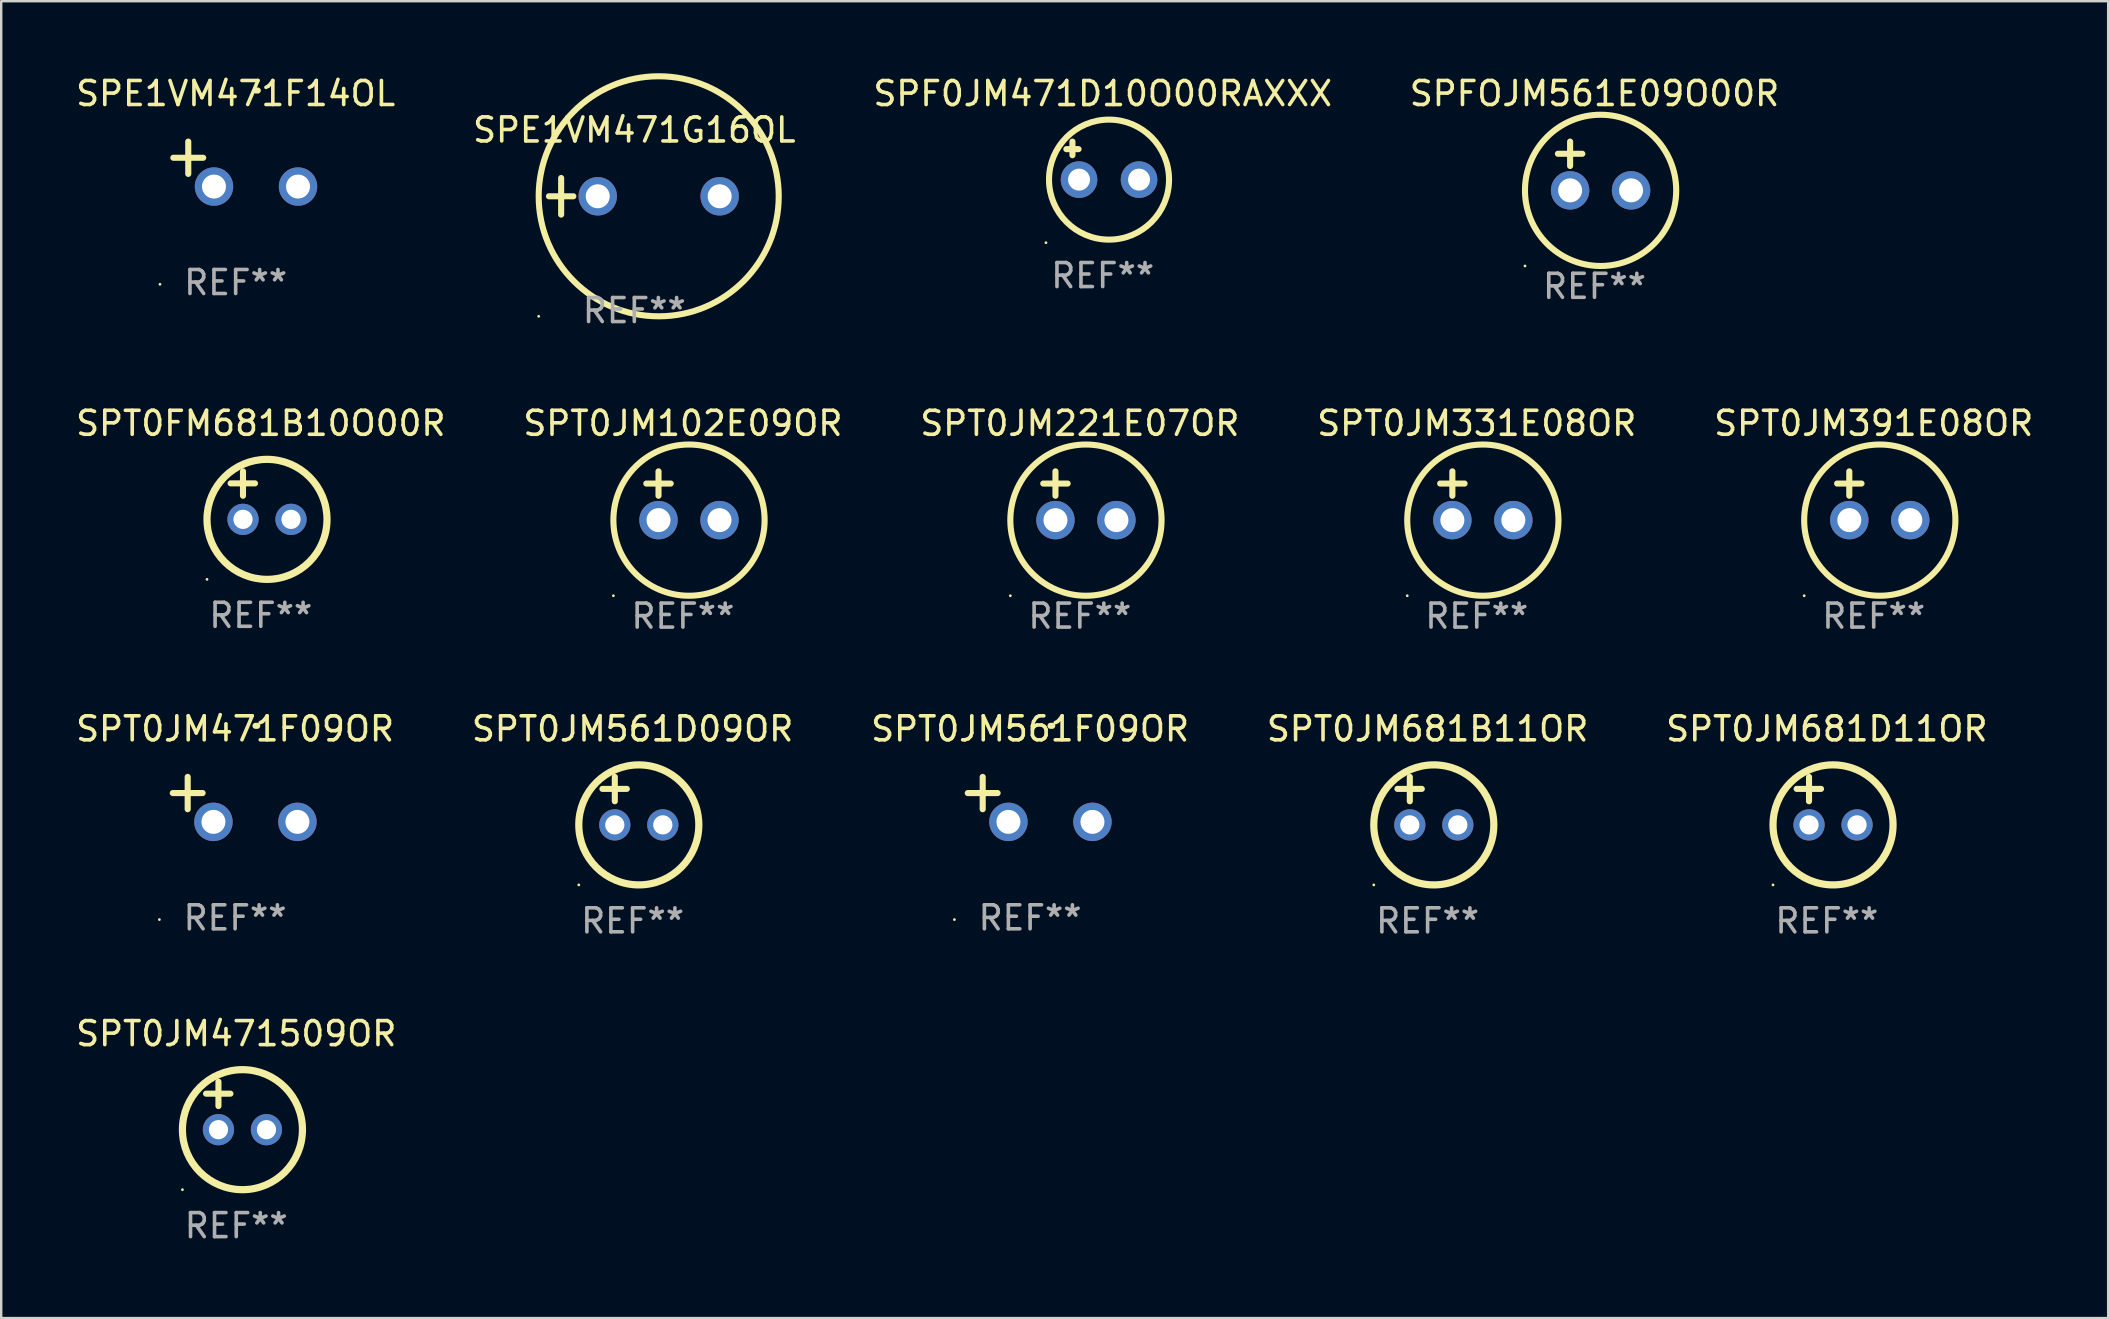
<source format=kicad_pcb>
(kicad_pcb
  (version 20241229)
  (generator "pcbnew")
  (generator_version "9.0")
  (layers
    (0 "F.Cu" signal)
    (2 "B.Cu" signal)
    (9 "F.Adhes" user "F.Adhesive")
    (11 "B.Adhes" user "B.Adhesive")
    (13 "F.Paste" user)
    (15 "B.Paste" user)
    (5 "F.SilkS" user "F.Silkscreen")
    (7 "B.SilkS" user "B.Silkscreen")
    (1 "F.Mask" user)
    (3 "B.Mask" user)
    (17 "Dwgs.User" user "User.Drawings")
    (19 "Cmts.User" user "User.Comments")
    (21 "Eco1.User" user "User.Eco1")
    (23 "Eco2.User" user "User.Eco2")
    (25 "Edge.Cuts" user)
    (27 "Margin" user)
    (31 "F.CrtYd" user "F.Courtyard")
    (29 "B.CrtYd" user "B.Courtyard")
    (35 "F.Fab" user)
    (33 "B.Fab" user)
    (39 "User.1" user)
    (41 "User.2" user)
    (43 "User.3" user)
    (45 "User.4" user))
  (footprint "SPT0JM561F09OR"
    (layer "F.Cu")
    (at 39.863 30.251)
    (property "Reference" "SPT0JM561F09OR" (at 0 -2.937 0) (layer "F.SilkS") (effects (font (size 1 1) (thickness 0.15))))
    (attr through_hole)
    (fp_line (start -1.975 0.41) (end -1.975 -0.937) (stroke (width 0.254) (type solid)) (layer "F.SilkS"))
    (fp_line (start -1.353 -0.263) (end -2.597 -0.263) (stroke (width 0.254) (type solid)) (layer "F.SilkS"))
    (fp_arc (start 0.849809 -3.063957) (mid 0.885369 -3.064114) (end 0.920929 -3.063957) (stroke (width 0.254001) (type solid)) (layer "F.SilkS"))
    (fp_circle (center -3.154 5.008) (end -3.124 5.008) (stroke (width 0.06) (type solid)) (fill no) (layer "F.SilkS"))
    (fp_text user "REF**" (at 0 4.937 0) (layer "F.Fab") (effects (font (size 1 1) (thickness 0.15))))
    (pad "1" thru_hole circle (at -0.903 0.937) (size 1.6 1.6) (drill 1) (layers "*.Cu" "*.Mask"))
    (pad "2" thru_hole circle (at 2.597 0.937) (size 1.6 1.6) (drill 1) (layers "*.Cu" "*.Mask")))
  (footprint "SPFOJM561E09O00R"
    (layer "F.Cu")
    (at 63.375 3.864)
    (property "Reference" "SPFOJM561E09O00R" (at 0 -3.016 0) (layer "F.SilkS") (effects (font (size 1 1) (thickness 0.15))))
    (attr through_hole)
    (fp_line (start -1.524 -0.508) (end -0.508 -0.508) (stroke (width 0.254) (type solid)) (layer "F.SilkS"))
    (fp_line (start -1.016 -1.016) (end -1.016 0) (stroke (width 0.254) (type solid)) (layer "F.SilkS"))
    (fp_circle (center -2.896 4.166) (end -2.866 4.166) (stroke (width 0.06) (type solid)) (fill no) (layer "F.SilkS"))
    (fp_circle (center 0.254 1.016) (end 3.404 1.016) (stroke (width 0.254) (type solid)) (fill no) (layer "F.SilkS"))
    (fp_text user "REF**" (at 0 5.016 0) (layer "F.Fab") (effects (font (size 1 1) (thickness 0.15))))
    (pad "1" thru_hole circle (at -1.016 1.016) (size 1.6 1.6) (drill 1) (layers "*.Cu" "*.Mask"))
    (pad "2" thru_hole circle (at 1.524 1.016) (size 1.6 1.6) (drill 1) (layers "*.Cu" "*.Mask")))
  (footprint "SPE1VM471F14OL"
    (layer "F.Cu")
    (at 6.768 3.785)
    (property "Reference" "SPE1VM471F14OL" (at 0 -2.937 0) (layer "F.SilkS") (effects (font (size 1 1) (thickness 0.15))))
    (attr through_hole)
    (fp_line (start -1.975 0.41) (end -1.975 -0.937) (stroke (width 0.254) (type solid)) (layer "F.SilkS"))
    (fp_line (start -1.353 -0.263) (end -2.597 -0.263) (stroke (width 0.254) (type solid)) (layer "F.SilkS"))
    (fp_arc (start 0.849809 -3.063957) (mid 0.885369 -3.064114) (end 0.920929 -3.063957) (stroke (width 0.254001) (type solid)) (layer "F.SilkS"))
    (fp_circle (center -3.154 5.008) (end -3.124 5.008) (stroke (width 0.06) (type solid)) (fill no) (layer "F.SilkS"))
    (fp_text user "REF**" (at 0 4.937 0) (layer "F.Fab") (effects (font (size 1 1) (thickness 0.15))))
    (pad "1" thru_hole circle (at -0.903 0.937) (size 1.6 1.6) (drill 1) (layers "*.Cu" "*.Mask"))
    (pad "2" thru_hole circle (at 2.597 0.937) (size 1.6 1.6) (drill 1) (layers "*.Cu" "*.Mask")))
  (footprint "SPT0FM681B10O00R"
    (layer "F.Cu")
    (at 7.815 17.586)
    (property "Reference" "SPT0FM681B10O00R" (at 0 -3 0) (layer "F.SilkS") (effects (font (size 1 1) (thickness 0.15))))
    (attr through_hole)
    (fp_line (start -1.258 -0.5) (end -0.242 -0.5) (stroke (width 0.254) (type solid)) (layer "F.SilkS"))
    (fp_line (start -0.742 -1) (end -0.742 0.016) (stroke (width 0.254) (type solid)) (layer "F.SilkS"))
    (fp_circle (center -2.242 3.5) (end -2.212 3.5) (stroke (width 0.06) (type solid)) (fill no) (layer "F.SilkS"))
    (fp_circle (center 0.258 1) (end 2.758 1) (stroke (width 0.3) (type solid)) (fill no) (layer "F.SilkS"))
    (fp_text user "REF**" (at 0 5 0) (layer "F.Fab") (effects (font (size 1 1) (thickness 0.15))))
    (pad "1" thru_hole circle (at -0.742 1) (size 1.3 1.3) (drill 0.8) (layers "*.Cu" "*.Mask"))
    (pad "2" thru_hole circle (at 1.258 1) (size 1.3 1.3) (drill 0.8) (layers "*.Cu" "*.Mask")))
  (footprint "SPT0JM471509OR"
    (layer "F.Cu")
    (at 6.792 43.011)
    (property "Reference" "SPT0JM471509OR" (at 0 -3 0) (layer "F.SilkS") (effects (font (size 1 1) (thickness 0.15))))
    (attr through_hole)
    (fp_line (start -1.258 -0.5) (end -0.242 -0.5) (stroke (width 0.254) (type solid)) (layer "F.SilkS"))
    (fp_line (start -0.742 -1) (end -0.742 0.016) (stroke (width 0.254) (type solid)) (layer "F.SilkS"))
    (fp_circle (center -2.242 3.5) (end -2.212 3.5) (stroke (width 0.06) (type solid)) (fill no) (layer "F.SilkS"))
    (fp_circle (center 0.258 1) (end 2.758 1) (stroke (width 0.3) (type solid)) (fill no) (layer "F.SilkS"))
    (fp_text user "REF**" (at 0 5 0) (layer "F.Fab") (effects (font (size 1 1) (thickness 0.15))))
    (pad "1" thru_hole circle (at -0.742 1) (size 1.3 1.3) (drill 0.8) (layers "*.Cu" "*.Mask"))
    (pad "2" thru_hole circle (at 1.258 1) (size 1.3 1.3) (drill 0.8) (layers "*.Cu" "*.Mask")))
  (footprint "SPT0JM221E07OR"
    (layer "F.Cu")
    (at 41.935 17.602)
    (property "Reference" "SPT0JM221E07OR" (at 0 -3.016 0) (layer "F.SilkS") (effects (font (size 1 1) (thickness 0.15))))
    (attr through_hole)
    (fp_line (start -1.524 -0.508) (end -0.508 -0.508) (stroke (width 0.254) (type solid)) (layer "F.SilkS"))
    (fp_line (start -1.016 -1.016) (end -1.016 0) (stroke (width 0.254) (type solid)) (layer "F.SilkS"))
    (fp_circle (center -2.896 4.166) (end -2.866 4.166) (stroke (width 0.06) (type solid)) (fill no) (layer "F.SilkS"))
    (fp_circle (center 0.254 1.016) (end 3.404 1.016) (stroke (width 0.254) (type solid)) (fill no) (layer "F.SilkS"))
    (fp_text user "REF**" (at 0 5.016 0) (layer "F.Fab") (effects (font (size 1 1) (thickness 0.15))))
    (pad "1" thru_hole circle (at -1.016 1.016) (size 1.6 1.6) (drill 1) (layers "*.Cu" "*.Mask"))
    (pad "2" thru_hole circle (at 1.524 1.016) (size 1.6 1.6) (drill 1) (layers "*.Cu" "*.Mask")))
  (footprint "SPT0JM471F09OR"
    (layer "F.Cu")
    (at 6.744 30.251)
    (property "Reference" "SPT0JM471F09OR" (at 0 -2.937 0) (layer "F.SilkS") (effects (font (size 1 1) (thickness 0.15))))
    (attr through_hole)
    (fp_line (start -1.975 0.41) (end -1.975 -0.937) (stroke (width 0.254) (type solid)) (layer "F.SilkS"))
    (fp_line (start -1.353 -0.263) (end -2.597 -0.263) (stroke (width 0.254) (type solid)) (layer "F.SilkS"))
    (fp_arc (start 0.849809 -3.063957) (mid 0.885369 -3.064114) (end 0.920929 -3.063957) (stroke (width 0.254001) (type solid)) (layer "F.SilkS"))
    (fp_circle (center -3.154 5.008) (end -3.124 5.008) (stroke (width 0.06) (type solid)) (fill no) (layer "F.SilkS"))
    (fp_text user "REF**" (at 0 4.937 0) (layer "F.Fab") (effects (font (size 1 1) (thickness 0.15))))
    (pad "1" thru_hole circle (at -0.903 0.937) (size 1.6 1.6) (drill 1) (layers "*.Cu" "*.Mask"))
    (pad "2" thru_hole circle (at 2.597 0.937) (size 1.6 1.6) (drill 1) (layers "*.Cu" "*.Mask")))
  (footprint "SPT0JM102E09OR"
    (layer "F.Cu")
    (at 25.399 17.602)
    (property "Reference" "SPT0JM102E09OR" (at 0 -3.016 0) (layer "F.SilkS") (effects (font (size 1 1) (thickness 0.15))))
    (attr through_hole)
    (fp_line (start -1.524 -0.508) (end -0.508 -0.508) (stroke (width 0.254) (type solid)) (layer "F.SilkS"))
    (fp_line (start -1.016 -1.016) (end -1.016 0) (stroke (width 0.254) (type solid)) (layer "F.SilkS"))
    (fp_circle (center -2.896 4.166) (end -2.866 4.166) (stroke (width 0.06) (type solid)) (fill no) (layer "F.SilkS"))
    (fp_circle (center 0.254 1.016) (end 3.404 1.016) (stroke (width 0.254) (type solid)) (fill no) (layer "F.SilkS"))
    (fp_text user "REF**" (at 0 5.016 0) (layer "F.Fab") (effects (font (size 1 1) (thickness 0.15))))
    (pad "1" thru_hole circle (at -1.016 1.016) (size 1.6 1.6) (drill 1) (layers "*.Cu" "*.Mask"))
    (pad "2" thru_hole circle (at 1.524 1.016) (size 1.6 1.6) (drill 1) (layers "*.Cu" "*.Mask")))
  (footprint "SPT0JM391E08OR"
    (layer "F.Cu")
    (at 75.006 17.602)
    (property "Reference" "SPT0JM391E08OR" (at 0 -3.016 0) (layer "F.SilkS") (effects (font (size 1 1) (thickness 0.15))))
    (attr through_hole)
    (fp_line (start -1.524 -0.508) (end -0.508 -0.508) (stroke (width 0.254) (type solid)) (layer "F.SilkS"))
    (fp_line (start -1.016 -1.016) (end -1.016 0) (stroke (width 0.254) (type solid)) (layer "F.SilkS"))
    (fp_circle (center -2.896 4.166) (end -2.866 4.166) (stroke (width 0.06) (type solid)) (fill no) (layer "F.SilkS"))
    (fp_circle (center 0.254 1.016) (end 3.404 1.016) (stroke (width 0.254) (type solid)) (fill no) (layer "F.SilkS"))
    (fp_text user "REF**" (at 0 5.016 0) (layer "F.Fab") (effects (font (size 1 1) (thickness 0.15))))
    (pad "1" thru_hole circle (at -1.016 1.016) (size 1.6 1.6) (drill 1) (layers "*.Cu" "*.Mask"))
    (pad "2" thru_hole circle (at 1.524 1.016) (size 1.6 1.6) (drill 1) (layers "*.Cu" "*.Mask")))
  (footprint "SPT0JM561D09OR"
    (layer "F.Cu")
    (at 23.304 30.314)
    (property "Reference" "SPT0JM561D09OR" (at 0 -3 0) (layer "F.SilkS") (effects (font (size 1 1) (thickness 0.15))))
    (attr through_hole)
    (fp_line (start -1.258 -0.5) (end -0.242 -0.5) (stroke (width 0.254) (type solid)) (layer "F.SilkS"))
    (fp_line (start -0.742 -1) (end -0.742 0.016) (stroke (width 0.254) (type solid)) (layer "F.SilkS"))
    (fp_circle (center -2.242 3.5) (end -2.212 3.5) (stroke (width 0.06) (type solid)) (fill no) (layer "F.SilkS"))
    (fp_circle (center 0.258 1) (end 2.758 1) (stroke (width 0.3) (type solid)) (fill no) (layer "F.SilkS"))
    (fp_text user "REF**" (at 0 5 0) (layer "F.Fab") (effects (font (size 1 1) (thickness 0.15))))
    (pad "1" thru_hole circle (at -0.742 1) (size 1.3 1.3) (drill 0.8) (layers "*.Cu" "*.Mask"))
    (pad "2" thru_hole circle (at 1.258 1) (size 1.3 1.3) (drill 0.8) (layers "*.Cu" "*.Mask")))
  (footprint "SPF0JM471D10O00RAXXX"
    (layer "F.Cu")
    (at 42.887 3.641)
    (property "Reference" "SPF0JM471D10O00RAXXX" (at 0 -2.792 0) (layer "F.SilkS") (effects (font (size 1 1) (thickness 0.15))))
    (attr through_hole)
    (fp_line (start -1.514 -0.478) (end -1.006 -0.478) (stroke (width 0.254) (type solid)) (layer "F.SilkS"))
    (fp_line (start -1.26 -0.792) (end -1.26 -0.224) (stroke (width 0.254) (type solid)) (layer "F.SilkS"))
    (fp_circle (center -2.363 3.42) (end -2.333 3.42) (stroke (width 0.06) (type solid)) (fill no) (layer "F.SilkS"))
    (fp_circle (center 0.264 0.792) (end 2.764 0.792) (stroke (width 0.254) (type solid)) (fill no) (layer "F.SilkS"))
    (fp_text user "REF**" (at 0 4.792 0) (layer "F.Fab") (effects (font (size 1 1) (thickness 0.15))))
    (pad "1" thru_hole circle (at -0.986 0.792) (size 1.524 1.524) (drill 0.914) (layers "*.Cu" "*.Mask"))
    (pad "2" thru_hole circle (at 1.514 0.792) (size 1.524 1.524) (drill 0.914) (layers "*.Cu" "*.Mask")))
  (footprint "SPT0JM681B11OR"
    (layer "F.Cu")
    (at 56.423 30.314)
    (property "Reference" "SPT0JM681B11OR" (at 0 -3 0) (layer "F.SilkS") (effects (font (size 1 1) (thickness 0.15))))
    (attr through_hole)
    (fp_line (start -1.258 -0.5) (end -0.242 -0.5) (stroke (width 0.254) (type solid)) (layer "F.SilkS"))
    (fp_line (start -0.742 -1) (end -0.742 0.016) (stroke (width 0.254) (type solid)) (layer "F.SilkS"))
    (fp_circle (center -2.242 3.5) (end -2.212 3.5) (stroke (width 0.06) (type solid)) (fill no) (layer "F.SilkS"))
    (fp_circle (center 0.258 1) (end 2.758 1) (stroke (width 0.3) (type solid)) (fill no) (layer "F.SilkS"))
    (fp_text user "REF**" (at 0 5 0) (layer "F.Fab") (effects (font (size 1 1) (thickness 0.15))))
    (pad "1" thru_hole circle (at -0.742 1) (size 1.3 1.3) (drill 0.8) (layers "*.Cu" "*.Mask"))
    (pad "2" thru_hole circle (at 1.258 1) (size 1.3 1.3) (drill 0.8) (layers "*.Cu" "*.Mask")))
  (footprint "SPT0JM681D11OR"
    (layer "F.Cu")
    (at 73.054 30.314)
    (property "Reference" "SPT0JM681D11OR" (at 0 -3 0) (layer "F.SilkS") (effects (font (size 1 1) (thickness 0.15))))
    (attr through_hole)
    (fp_line (start -1.258 -0.5) (end -0.242 -0.5) (stroke (width 0.254) (type solid)) (layer "F.SilkS"))
    (fp_line (start -0.742 -1) (end -0.742 0.016) (stroke (width 0.254) (type solid)) (layer "F.SilkS"))
    (fp_circle (center -2.242 3.5) (end -2.212 3.5) (stroke (width 0.06) (type solid)) (fill no) (layer "F.SilkS"))
    (fp_circle (center 0.258 1) (end 2.758 1) (stroke (width 0.3) (type solid)) (fill no) (layer "F.SilkS"))
    (fp_text user "REF**" (at 0 5 0) (layer "F.Fab") (effects (font (size 1 1) (thickness 0.15))))
    (pad "1" thru_hole circle (at -0.742 1) (size 1.3 1.3) (drill 0.8) (layers "*.Cu" "*.Mask"))
    (pad "2" thru_hole circle (at 1.258 1) (size 1.3 1.3) (drill 0.8) (layers "*.Cu" "*.Mask")))
  (footprint "SPE1VM471G16OL"
    (layer "F.Cu")
    (at 23.375 5.127)
    (property "Reference" "SPE1VM471G16OL" (at 0 -2.762 0) (layer "F.SilkS") (effects (font (size 1 1) (thickness 0.15))))
    (attr through_hole)
    (fp_line (start -3.556 0) (end -2.54 0) (stroke (width 0.254) (type solid)) (layer "F.SilkS"))
    (fp_line (start -3.048 -0.762) (end -3.048 0.762) (stroke (width 0.254) (type solid)) (layer "F.SilkS"))
    (fp_circle (center -3.984 5) (end -3.954 5) (stroke (width 0.06) (type solid)) (fill no) (layer "F.SilkS"))
    (fp_circle (center 1.016 0) (end 6.016 0) (stroke (width 0.254) (type solid)) (fill no) (layer "F.SilkS"))
    (fp_text user "REF**" (at 0 4.762 0) (layer "F.Fab") (effects (font (size 1 1) (thickness 0.15))))
    (pad "1" thru_hole circle (at -1.524 0) (size 1.6 1.6) (drill 1) (layers "*.Cu" "*.Mask"))
    (pad "2" thru_hole circle (at 3.556 0) (size 1.6 1.6) (drill 1) (layers "*.Cu" "*.Mask")))
  (footprint "SPT0JM331E08OR"
    (layer "F.Cu")
    (at 58.47 17.602)
    (property "Reference" "SPT0JM331E08OR" (at 0 -3.016 0) (layer "F.SilkS") (effects (font (size 1 1) (thickness 0.15))))
    (attr through_hole)
    (fp_line (start -1.524 -0.508) (end -0.508 -0.508) (stroke (width 0.254) (type solid)) (layer "F.SilkS"))
    (fp_line (start -1.016 -1.016) (end -1.016 0) (stroke (width 0.254) (type solid)) (layer "F.SilkS"))
    (fp_circle (center -2.896 4.166) (end -2.866 4.166) (stroke (width 0.06) (type solid)) (fill no) (layer "F.SilkS"))
    (fp_circle (center 0.254 1.016) (end 3.404 1.016) (stroke (width 0.254) (type solid)) (fill no) (layer "F.SilkS"))
    (fp_text user "REF**" (at 0 5.016 0) (layer "F.Fab") (effects (font (size 1 1) (thickness 0.15))))
    (pad "1" thru_hole circle (at -1.016 1.016) (size 1.6 1.6) (drill 1) (layers "*.Cu" "*.Mask"))
    (pad "2" thru_hole circle (at 1.524 1.016) (size 1.6 1.6) (drill 1) (layers "*.Cu" "*.Mask")))
  (gr_rect
    (start -3 -3)
    (end 84.774 51.859)
    (stroke (width 0.1) (type default))
    (fill no)
    (layer "Edge.Cuts")))
</source>
